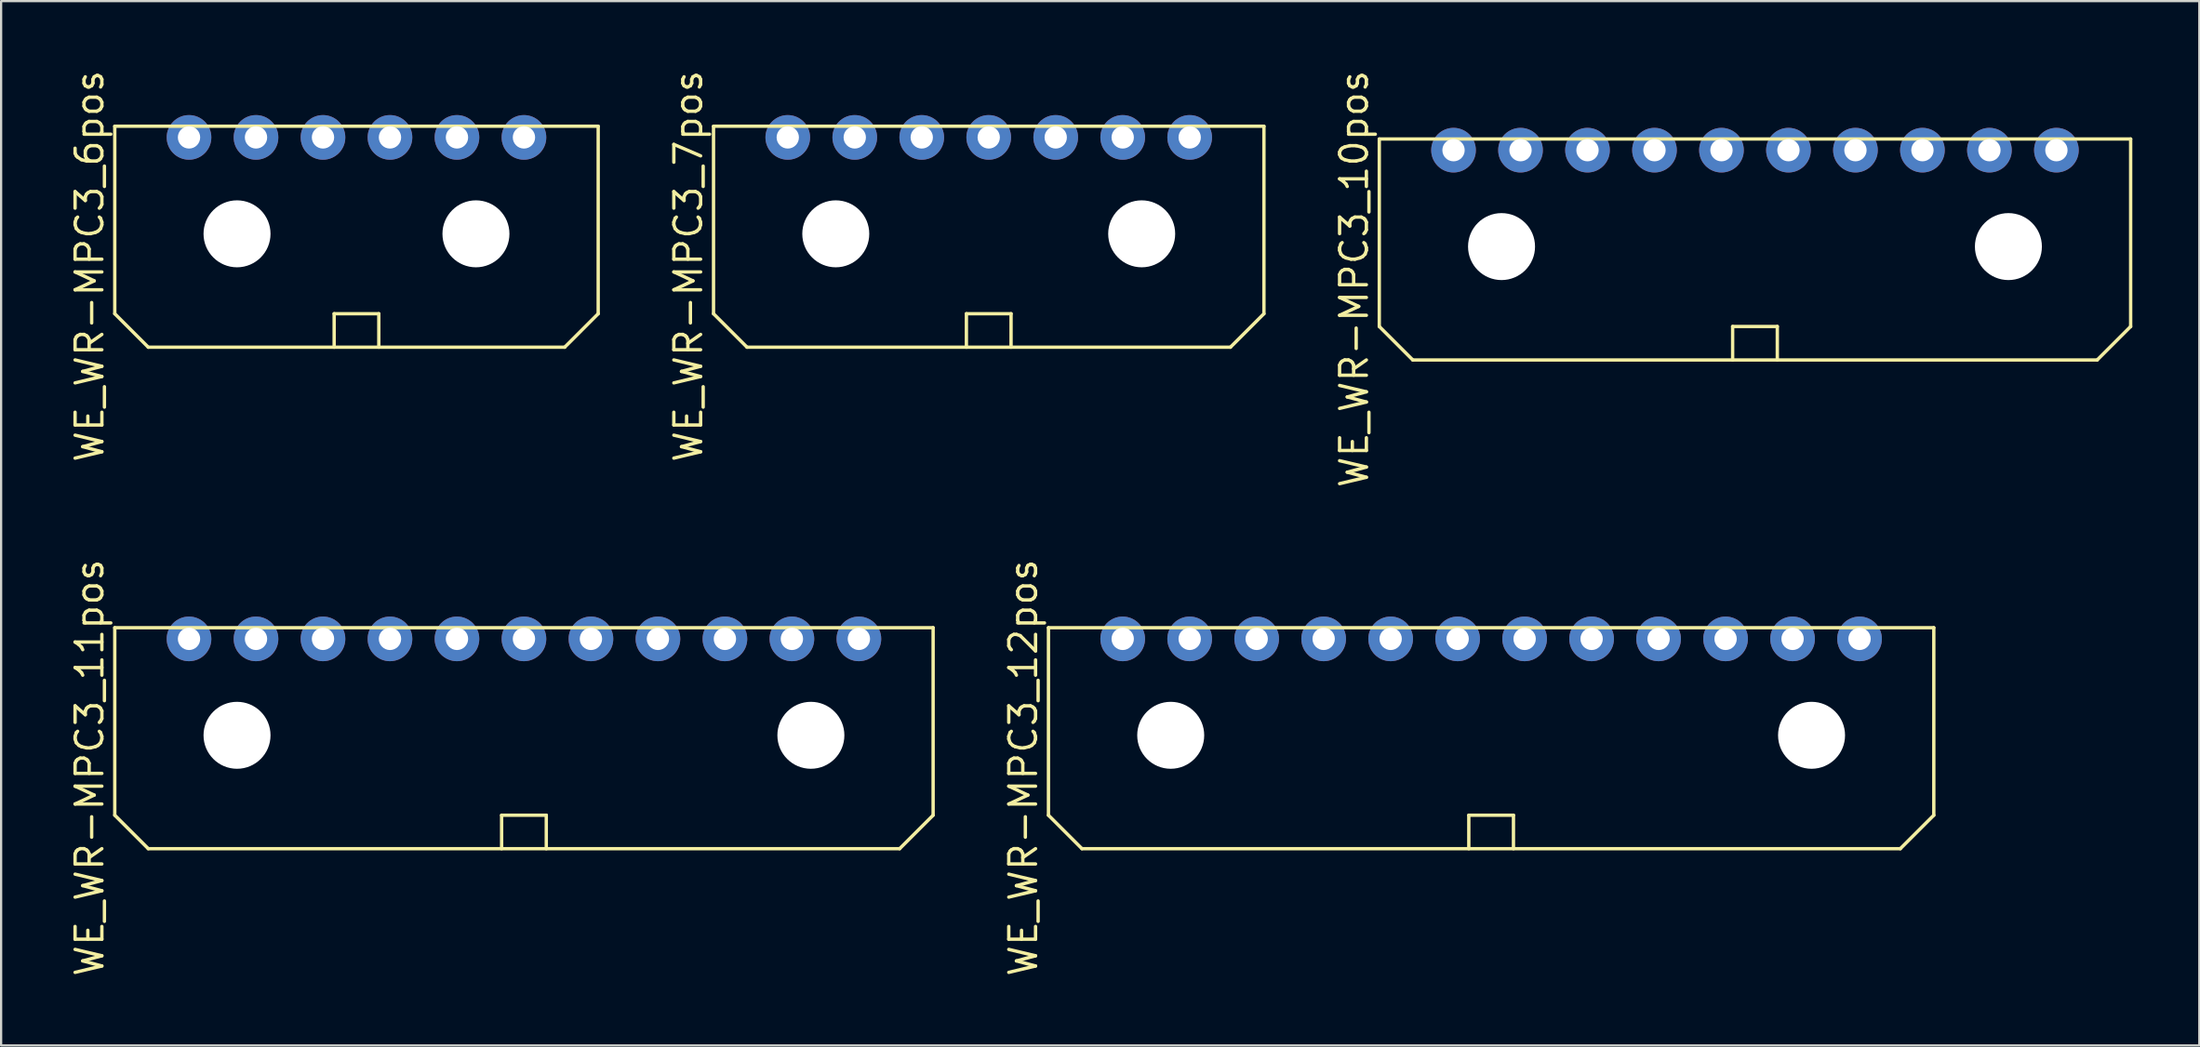
<source format=kicad_pcb>
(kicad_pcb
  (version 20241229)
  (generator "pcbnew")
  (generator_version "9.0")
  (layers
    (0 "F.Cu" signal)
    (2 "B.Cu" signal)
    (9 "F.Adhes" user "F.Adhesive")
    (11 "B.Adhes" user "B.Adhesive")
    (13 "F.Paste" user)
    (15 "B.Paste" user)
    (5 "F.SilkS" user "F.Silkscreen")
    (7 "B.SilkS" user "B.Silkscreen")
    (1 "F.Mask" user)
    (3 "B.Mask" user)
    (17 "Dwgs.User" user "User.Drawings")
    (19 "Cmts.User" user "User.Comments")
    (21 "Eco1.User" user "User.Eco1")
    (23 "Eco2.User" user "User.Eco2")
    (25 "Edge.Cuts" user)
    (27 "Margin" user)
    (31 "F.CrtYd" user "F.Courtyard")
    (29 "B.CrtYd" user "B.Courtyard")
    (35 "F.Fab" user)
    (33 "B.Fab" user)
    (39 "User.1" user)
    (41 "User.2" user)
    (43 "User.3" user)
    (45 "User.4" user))
  (footprint "WE_WR-MPC3_12pos"
    (layer "F.Cu")
    (at 63.73 25.574)
    (property "Reference" "WE_WR-MPC3_12pos" (at -20.95 5.77 270) (layer "F.SilkS") (effects (font (size 1.2 1.2) (thickness 0.15))))
    (attr through_hole)
    (fp_line (start -19.825 -0.5) (end -19.825 7.9) (stroke (width 0.15) (type solid)) (layer "F.SilkS"))
    (fp_line (start -19.825 -0.5) (end 19.825 -0.5) (stroke (width 0.15) (type solid)) (layer "F.SilkS"))
    (fp_line (start -19.825 7.9) (end -18.325 9.4) (stroke (width 0.15) (type solid)) (layer "F.SilkS"))
    (fp_line (start -1 7.9) (end 1 7.9) (stroke (width 0.15) (type solid)) (layer "F.SilkS"))
    (fp_line (start -1 9.4) (end -1 7.9) (stroke (width 0.15) (type solid)) (layer "F.SilkS"))
    (fp_line (start 1 7.9) (end 1 9.4) (stroke (width 0.15) (type solid)) (layer "F.SilkS"))
    (fp_line (start 18.325 9.4) (end -18.325 9.4) (stroke (width 0.15) (type solid)) (layer "F.SilkS"))
    (fp_line (start 19.825 -0.5) (end 19.825 7.9) (stroke (width 0.15) (type solid)) (layer "F.SilkS"))
    (fp_line (start 19.825 7.9) (end 18.325 9.4) (stroke (width 0.15) (type solid)) (layer "F.SilkS"))
    (pad "" np_thru_hole circle (at -14.35 4.32) (size 3 3) (drill 3) (layers "*.Cu" "*.Mask"))
    (pad "" np_thru_hole circle (at 14.35 4.32) (size 3 3) (drill 3) (layers "*.Cu" "*.Mask"))
    (pad "1" thru_hole circle (at -16.5 0) (size 2 2) (drill 1) (layers "*.Cu" "*.Mask"))
    (pad "2" thru_hole circle (at -13.5 0) (size 2 2) (drill 1) (layers "*.Cu" "*.Mask"))
    (pad "3" thru_hole circle (at -10.5 0) (size 2 2) (drill 1) (layers "*.Cu" "*.Mask"))
    (pad "4" thru_hole circle (at -7.5 0) (size 2 2) (drill 1) (layers "*.Cu" "*.Mask"))
    (pad "5" thru_hole circle (at -4.5 0) (size 2 2) (drill 1) (layers "*.Cu" "*.Mask"))
    (pad "6" thru_hole circle (at -1.5 0) (size 2 2) (drill 1) (layers "*.Cu" "*.Mask"))
    (pad "7" thru_hole circle (at 1.5 0) (size 2 2) (drill 1) (layers "*.Cu" "*.Mask"))
    (pad "8" thru_hole circle (at 4.5 0) (size 2 2) (drill 1) (layers "*.Cu" "*.Mask"))
    (pad "9" thru_hole circle (at 7.5 0) (size 2 2) (drill 1) (layers "*.Cu" "*.Mask"))
    (pad "10" thru_hole circle (at 10.5 0) (size 2 2) (drill 1) (layers "*.Cu" "*.Mask"))
    (pad "11" thru_hole circle (at 13.5 0) (size 2 2) (drill 1) (layers "*.Cu" "*.Mask"))
    (pad "12" thru_hole circle (at 16.5 0) (size 2 2) (drill 1) (layers "*.Cu" "*.Mask")))
  (footprint "WE_WR-MPC3_6pos"
    (layer "F.Cu")
    (at 12.915 3.106)
    (property "Reference" "WE_WR-MPC3_6pos" (at -11.95 5.77 270) (layer "F.SilkS") (effects (font (size 1.2 1.2) (thickness 0.15))))
    (attr through_hole)
    (fp_line (start -10.825 -0.5) (end -10.825 7.9) (stroke (width 0.15) (type solid)) (layer "F.SilkS"))
    (fp_line (start -10.825 -0.5) (end 10.825 -0.5) (stroke (width 0.15) (type solid)) (layer "F.SilkS"))
    (fp_line (start -10.825 7.9) (end -9.325 9.4) (stroke (width 0.15) (type solid)) (layer "F.SilkS"))
    (fp_line (start -1 7.9) (end 1 7.9) (stroke (width 0.15) (type solid)) (layer "F.SilkS"))
    (fp_line (start -1 9.4) (end -1 7.9) (stroke (width 0.15) (type solid)) (layer "F.SilkS"))
    (fp_line (start 1 7.9) (end 1 9.4) (stroke (width 0.15) (type solid)) (layer "F.SilkS"))
    (fp_line (start 9.325 9.4) (end -9.325 9.4) (stroke (width 0.15) (type solid)) (layer "F.SilkS"))
    (fp_line (start 10.825 -0.5) (end 10.825 7.9) (stroke (width 0.15) (type solid)) (layer "F.SilkS"))
    (fp_line (start 10.825 7.9) (end 9.325 9.4) (stroke (width 0.15) (type solid)) (layer "F.SilkS"))
    (pad "" np_thru_hole circle (at -5.35 4.32) (size 3 3) (drill 3) (layers "*.Cu" "*.Mask"))
    (pad "" np_thru_hole circle (at 5.35 4.32) (size 3 3) (drill 3) (layers "*.Cu" "*.Mask"))
    (pad "1" thru_hole circle (at -7.5 0) (size 2 2) (drill 1) (layers "*.Cu" "*.Mask"))
    (pad "2" thru_hole circle (at -4.5 0) (size 2 2) (drill 1) (layers "*.Cu" "*.Mask"))
    (pad "3" thru_hole circle (at -1.5 0) (size 2 2) (drill 1) (layers "*.Cu" "*.Mask"))
    (pad "4" thru_hole circle (at 1.5 0) (size 2 2) (drill 1) (layers "*.Cu" "*.Mask"))
    (pad "5" thru_hole circle (at 4.5 0) (size 2 2) (drill 1) (layers "*.Cu" "*.Mask"))
    (pad "6" thru_hole circle (at 7.5 0) (size 2 2) (drill 1) (layers "*.Cu" "*.Mask")))
  (footprint "WE_WR-MPC3_11pos"
    (layer "F.Cu")
    (at 20.415 25.574)
    (property "Reference" "WE_WR-MPC3_11pos" (at -19.45 5.77 270) (layer "F.SilkS") (effects (font (size 1.2 1.2) (thickness 0.15))))
    (attr through_hole)
    (fp_line (start -18.325 -0.5) (end -18.325 7.9) (stroke (width 0.15) (type solid)) (layer "F.SilkS"))
    (fp_line (start -18.325 -0.5) (end 18.325 -0.5) (stroke (width 0.15) (type solid)) (layer "F.SilkS"))
    (fp_line (start -18.325 7.9) (end -16.825 9.4) (stroke (width 0.15) (type solid)) (layer "F.SilkS"))
    (fp_line (start -1 7.9) (end 1 7.9) (stroke (width 0.15) (type solid)) (layer "F.SilkS"))
    (fp_line (start -1 9.4) (end -1 7.9) (stroke (width 0.15) (type solid)) (layer "F.SilkS"))
    (fp_line (start 1 7.9) (end 1 9.4) (stroke (width 0.15) (type solid)) (layer "F.SilkS"))
    (fp_line (start 16.825 9.4) (end -16.825 9.4) (stroke (width 0.15) (type solid)) (layer "F.SilkS"))
    (fp_line (start 18.325 -0.5) (end 18.325 7.9) (stroke (width 0.15) (type solid)) (layer "F.SilkS"))
    (fp_line (start 18.325 7.9) (end 16.825 9.4) (stroke (width 0.15) (type solid)) (layer "F.SilkS"))
    (pad "" np_thru_hole circle (at -12.85 4.32) (size 3 3) (drill 3) (layers "*.Cu" "*.Mask"))
    (pad "" np_thru_hole circle (at 12.85 4.32) (size 3 3) (drill 3) (layers "*.Cu" "*.Mask"))
    (pad "1" thru_hole circle (at -15 0) (size 2 2) (drill 1) (layers "*.Cu" "*.Mask"))
    (pad "2" thru_hole circle (at -12 0) (size 2 2) (drill 1) (layers "*.Cu" "*.Mask"))
    (pad "3" thru_hole circle (at -9 0) (size 2 2) (drill 1) (layers "*.Cu" "*.Mask"))
    (pad "4" thru_hole circle (at -6 0) (size 2 2) (drill 1) (layers "*.Cu" "*.Mask"))
    (pad "5" thru_hole circle (at -3 0) (size 2 2) (drill 1) (layers "*.Cu" "*.Mask"))
    (pad "6" thru_hole circle (at 0 0) (size 2 2) (drill 1) (layers "*.Cu" "*.Mask"))
    (pad "7" thru_hole circle (at 3 0) (size 2 2) (drill 1) (layers "*.Cu" "*.Mask"))
    (pad "8" thru_hole circle (at 6 0) (size 2 2) (drill 1) (layers "*.Cu" "*.Mask"))
    (pad "9" thru_hole circle (at 9 0) (size 2 2) (drill 1) (layers "*.Cu" "*.Mask"))
    (pad "10" thru_hole circle (at 12 0) (size 2 2) (drill 1) (layers "*.Cu" "*.Mask"))
    (pad "11" thru_hole circle (at 15 0) (size 2 2) (drill 1) (layers "*.Cu" "*.Mask")))
  (footprint "WE_WR-MPC3_10pos"
    (layer "F.Cu")
    (at 75.546 3.678)
    (property "Reference" "WE_WR-MPC3_10pos" (at -17.95 5.77 270) (layer "F.SilkS") (effects (font (size 1.2 1.2) (thickness 0.15))))
    (attr through_hole)
    (fp_line (start -16.825 -0.5) (end -16.825 7.9) (stroke (width 0.15) (type solid)) (layer "F.SilkS"))
    (fp_line (start -16.825 -0.5) (end 16.825 -0.5) (stroke (width 0.15) (type solid)) (layer "F.SilkS"))
    (fp_line (start -16.825 7.9) (end -15.325 9.4) (stroke (width 0.15) (type solid)) (layer "F.SilkS"))
    (fp_line (start -1 7.9) (end 1 7.9) (stroke (width 0.15) (type solid)) (layer "F.SilkS"))
    (fp_line (start -1 9.4) (end -1 7.9) (stroke (width 0.15) (type solid)) (layer "F.SilkS"))
    (fp_line (start 1 7.9) (end 1 9.4) (stroke (width 0.15) (type solid)) (layer "F.SilkS"))
    (fp_line (start 15.325 9.4) (end -15.325 9.4) (stroke (width 0.15) (type solid)) (layer "F.SilkS"))
    (fp_line (start 16.825 -0.5) (end 16.825 7.9) (stroke (width 0.15) (type solid)) (layer "F.SilkS"))
    (fp_line (start 16.825 7.9) (end 15.325 9.4) (stroke (width 0.15) (type solid)) (layer "F.SilkS"))
    (pad "" np_thru_hole circle (at -11.35 4.32) (size 3 3) (drill 3) (layers "*.Cu" "*.Mask"))
    (pad "" np_thru_hole circle (at 11.35 4.32) (size 3 3) (drill 3) (layers "*.Cu" "*.Mask"))
    (pad "1" thru_hole circle (at -13.5 0) (size 2 2) (drill 1) (layers "*.Cu" "*.Mask"))
    (pad "2" thru_hole circle (at -10.5 0) (size 2 2) (drill 1) (layers "*.Cu" "*.Mask"))
    (pad "3" thru_hole circle (at -7.5 0) (size 2 2) (drill 1) (layers "*.Cu" "*.Mask"))
    (pad "4" thru_hole circle (at -4.5 0) (size 2 2) (drill 1) (layers "*.Cu" "*.Mask"))
    (pad "5" thru_hole circle (at -1.5 0) (size 2 2) (drill 1) (layers "*.Cu" "*.Mask"))
    (pad "6" thru_hole circle (at 1.5 0) (size 2 2) (drill 1) (layers "*.Cu" "*.Mask"))
    (pad "7" thru_hole circle (at 4.5 0) (size 2 2) (drill 1) (layers "*.Cu" "*.Mask"))
    (pad "8" thru_hole circle (at 7.5 0) (size 2 2) (drill 1) (layers "*.Cu" "*.Mask"))
    (pad "9" thru_hole circle (at 10.5 0) (size 2 2) (drill 1) (layers "*.Cu" "*.Mask"))
    (pad "10" thru_hole circle (at 13.5 0) (size 2 2) (drill 1) (layers "*.Cu" "*.Mask")))
  (footprint "WE_WR-MPC3_7pos"
    (layer "F.Cu")
    (at 41.23 3.106)
    (property "Reference" "WE_WR-MPC3_7pos" (at -13.45 5.77 270) (layer "F.SilkS") (effects (font (size 1.2 1.2) (thickness 0.15))))
    (attr through_hole)
    (fp_line (start -12.325 -0.5) (end -12.325 7.9) (stroke (width 0.15) (type solid)) (layer "F.SilkS"))
    (fp_line (start -12.325 -0.5) (end 12.325 -0.5) (stroke (width 0.15) (type solid)) (layer "F.SilkS"))
    (fp_line (start -12.325 7.9) (end -10.825 9.4) (stroke (width 0.15) (type solid)) (layer "F.SilkS"))
    (fp_line (start -1 7.9) (end 1 7.9) (stroke (width 0.15) (type solid)) (layer "F.SilkS"))
    (fp_line (start -1 9.4) (end -1 7.9) (stroke (width 0.15) (type solid)) (layer "F.SilkS"))
    (fp_line (start 1 7.9) (end 1 9.4) (stroke (width 0.15) (type solid)) (layer "F.SilkS"))
    (fp_line (start 10.825 9.4) (end -10.825 9.4) (stroke (width 0.15) (type solid)) (layer "F.SilkS"))
    (fp_line (start 12.325 -0.5) (end 12.325 7.9) (stroke (width 0.15) (type solid)) (layer "F.SilkS"))
    (fp_line (start 12.325 7.9) (end 10.825 9.4) (stroke (width 0.15) (type solid)) (layer "F.SilkS"))
    (pad "" np_thru_hole circle (at -6.85 4.32) (size 3 3) (drill 3) (layers "*.Cu" "*.Mask"))
    (pad "" np_thru_hole circle (at 6.85 4.32) (size 3 3) (drill 3) (layers "*.Cu" "*.Mask"))
    (pad "1" thru_hole circle (at -9 0) (size 2 2) (drill 1) (layers "*.Cu" "*.Mask"))
    (pad "2" thru_hole circle (at -6 0) (size 2 2) (drill 1) (layers "*.Cu" "*.Mask"))
    (pad "3" thru_hole circle (at -3 0) (size 2 2) (drill 1) (layers "*.Cu" "*.Mask"))
    (pad "4" thru_hole circle (at 0 0) (size 2 2) (drill 1) (layers "*.Cu" "*.Mask"))
    (pad "5" thru_hole circle (at 3 0) (size 2 2) (drill 1) (layers "*.Cu" "*.Mask"))
    (pad "6" thru_hole circle (at 6 0) (size 2 2) (drill 1) (layers "*.Cu" "*.Mask"))
    (pad "7" thru_hole circle (at 9 0) (size 2 2) (drill 1) (layers "*.Cu" "*.Mask")))
  (gr_rect
    (start -3 -3)
    (end 95.446 43.791)
    (stroke (width 0.1) (type default))
    (fill no)
    (layer "Edge.Cuts")))
</source>
